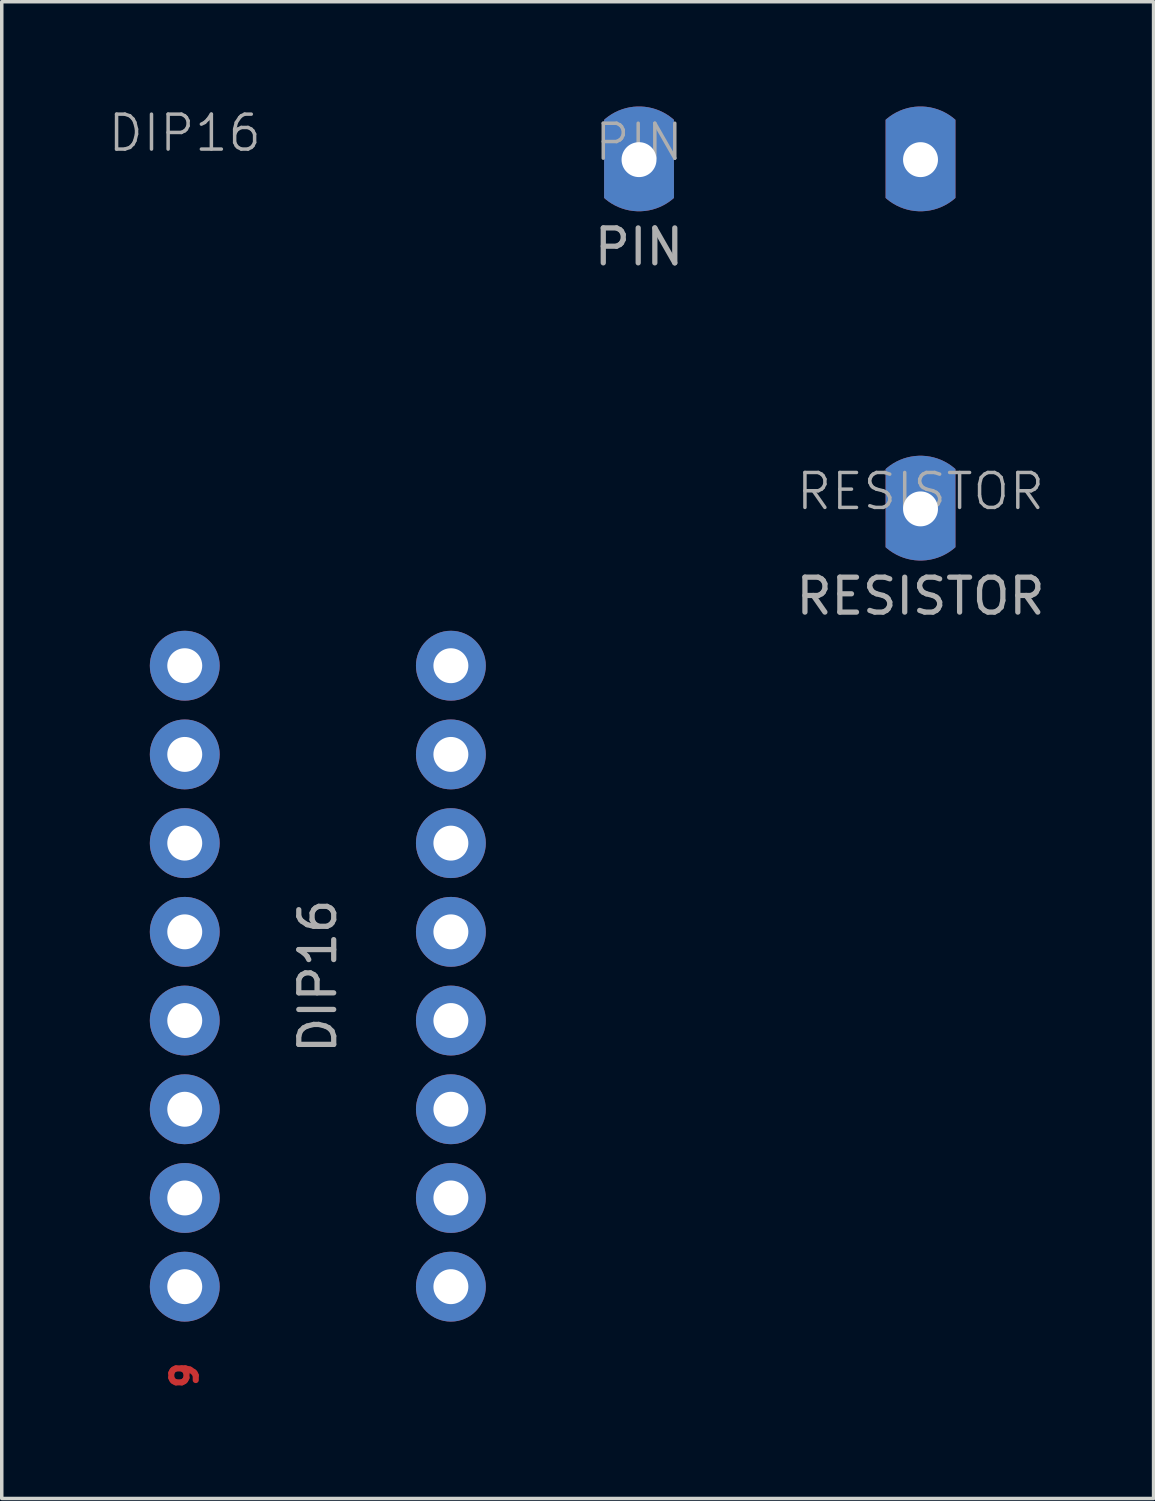
<source format=kicad_pcb>
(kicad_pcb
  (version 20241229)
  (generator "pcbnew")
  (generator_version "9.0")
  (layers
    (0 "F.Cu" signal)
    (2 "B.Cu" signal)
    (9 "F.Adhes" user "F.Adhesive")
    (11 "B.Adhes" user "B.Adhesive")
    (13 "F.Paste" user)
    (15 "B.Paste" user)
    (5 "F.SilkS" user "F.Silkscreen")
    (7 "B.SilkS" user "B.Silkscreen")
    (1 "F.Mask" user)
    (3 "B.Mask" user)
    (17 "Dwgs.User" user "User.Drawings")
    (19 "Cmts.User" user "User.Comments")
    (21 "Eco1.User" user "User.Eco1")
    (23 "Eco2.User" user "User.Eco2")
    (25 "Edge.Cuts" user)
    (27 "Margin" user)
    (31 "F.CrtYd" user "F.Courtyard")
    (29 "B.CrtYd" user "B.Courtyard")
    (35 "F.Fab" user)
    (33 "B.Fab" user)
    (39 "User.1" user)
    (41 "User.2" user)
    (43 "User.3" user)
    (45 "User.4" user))
  (footprint "RESISTOR"
    (layer "F.Cu")
    (at 23.307 11.521)
    (property "Reference" "RESISTOR" (at 0 -0.5 0) (unlocked yes) (layer "F.Fab") (effects (font (size 1 1) (thickness 0.1))))
    (attr through_hole)
    (fp_text user "${REFERENCE}" (at 0 2.5 0) (unlocked yes) (layer "F.Fab") (effects (font (size 1 1) (thickness 0.15))))
    (pad "1" thru_hole custom (at 0 0) (size 2 2) (drill 1) (layers "*.Cu" "*.Mask") (options (anchor circle)) (primitives (gr_poly (pts (xy 1 1.096) (xy 1 -1.14) (arc (start 0.999995 -1.139788) (mid -0.000003 -1.521751) (end -1 -1.139784)) (xy -1 1.096) (arc (start -0.999998 1.096283) (mid 0 1.478246) (end 0.999997 1.096279))) (width 0) (fill yes))))
    (pad "2" thru_hole custom (at 0 -10) (size 2 2) (drill 1) (layers "*.Cu" "*.Mask") (options (anchor circle)) (primitives (gr_poly (pts (xy 1 1.096) (xy 1 -1.14) (arc (start 0.999995 -1.139788) (mid -0.000003 -1.521751) (end -1 -1.139784)) (xy -1 1.096) (arc (start -0.999998 1.096283) (mid 0 1.478246) (end 0.999997 1.096279))) (width 0) (fill yes)))))
  (footprint "PIN"
    (layer "F.Cu")
    (at 15.247 1.521)
    (property "Reference" "PIN" (at 0 -0.5 0) (unlocked yes) (layer "F.Fab") (effects (font (size 1 1) (thickness 0.1))))
    (attr through_hole)
    (fp_text user "${REFERENCE}" (at 0 2.5 0) (unlocked yes) (layer "F.Fab") (effects (font (size 1 1) (thickness 0.15))))
    (pad "1" thru_hole custom (at 0 0) (size 2 2) (drill 1) (layers "*.Cu" "*.Mask") (options (anchor circle)) (primitives (gr_poly (pts (xy 1 1.096) (xy 1 -1.14) (arc (start 0.999995 -1.139788) (mid -0.000003 -1.521751) (end -1 -1.139784)) (xy -1 1.096) (arc (start -0.999998 1.096283) (mid 0 1.478246) (end 0.999997 1.096279))) (width 0) (fill yes)))))
  (footprint "DIP16"
    (layer "F.Cu")
    (at 2.24 16.011)
    (property "Reference" "DIP16" (at 0 -15.25 0) (unlocked yes) (layer "F.Fab") (effects (font (size 1 1) (thickness 0.1))))
    (attr through_hole)
    (fp_text user "9" (at 0 20.32 90) (unlocked yes) (layer "F.Cu") (effects (font (size 0.7 0.7) (thickness 0.175) (bold yes))))
    (fp_text user "${REFERENCE}" (at 3.81 8.89 90) (unlocked yes) (layer "F.Fab") (effects (font (size 1 1) (thickness 0.15))))
    (pad "1" thru_hole circle (at 7.62 0) (size 2 2) (drill 1) (layers "*.Cu" "*.Mask"))
    (pad "2" thru_hole circle (at 7.62 2.54) (size 2 2) (drill 1) (layers "*.Cu" "*.Mask"))
    (pad "3" thru_hole circle (at 7.62 5.08) (size 2 2) (drill 1) (layers "*.Cu" "*.Mask"))
    (pad "4" thru_hole circle (at 7.62 7.62) (size 2 2) (drill 1) (layers "*.Cu" "*.Mask"))
    (pad "5" thru_hole circle (at 7.62 10.16) (size 2 2) (drill 1) (layers "*.Cu" "*.Mask"))
    (pad "6" thru_hole circle (at 7.62 12.7) (size 2 2) (drill 1) (layers "*.Cu" "*.Mask"))
    (pad "7" thru_hole circle (at 7.62 15.24) (size 2 2) (drill 1) (layers "*.Cu" "*.Mask"))
    (pad "8" thru_hole circle (at 7.62 17.78) (size 2 2) (drill 1) (layers "*.Cu" "*.Mask"))
    (pad "9" thru_hole circle (at 0 17.78) (size 2 2) (drill 1) (layers "*.Cu" "*.Mask"))
    (pad "10" thru_hole circle (at 0 15.24) (size 2 2) (drill 1) (layers "*.Cu" "*.Mask"))
    (pad "11" thru_hole circle (at 0 12.7) (size 2 2) (drill 1) (layers "*.Cu" "*.Mask"))
    (pad "12" thru_hole circle (at 0 10.16) (size 2 2) (drill 1) (layers "*.Cu" "*.Mask"))
    (pad "13" thru_hole circle (at 0 7.62) (size 2 2) (drill 1) (layers "*.Cu" "*.Mask"))
    (pad "14" thru_hole circle (at 0 5.08) (size 2 2) (drill 1) (layers "*.Cu" "*.Mask"))
    (pad "15" thru_hole circle (at 0 2.54) (size 2 2) (drill 1) (layers "*.Cu" "*.Mask"))
    (pad "16" thru_hole circle (at 0 0) (size 2 2) (drill 1) (layers "*.Cu" "*.Mask")))
  (gr_rect
    (start -3 -3)
    (end 29.98 39.856)
    (stroke (width 0.1) (type default))
    (fill no)
    (layer "Edge.Cuts")))
</source>
